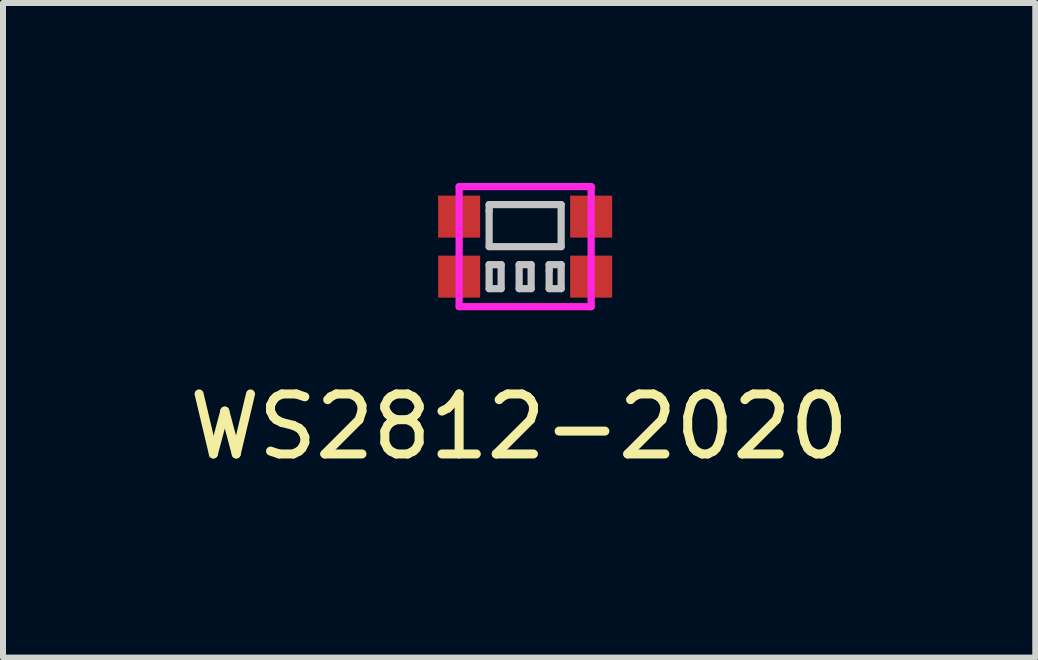
<source format=kicad_pcb>
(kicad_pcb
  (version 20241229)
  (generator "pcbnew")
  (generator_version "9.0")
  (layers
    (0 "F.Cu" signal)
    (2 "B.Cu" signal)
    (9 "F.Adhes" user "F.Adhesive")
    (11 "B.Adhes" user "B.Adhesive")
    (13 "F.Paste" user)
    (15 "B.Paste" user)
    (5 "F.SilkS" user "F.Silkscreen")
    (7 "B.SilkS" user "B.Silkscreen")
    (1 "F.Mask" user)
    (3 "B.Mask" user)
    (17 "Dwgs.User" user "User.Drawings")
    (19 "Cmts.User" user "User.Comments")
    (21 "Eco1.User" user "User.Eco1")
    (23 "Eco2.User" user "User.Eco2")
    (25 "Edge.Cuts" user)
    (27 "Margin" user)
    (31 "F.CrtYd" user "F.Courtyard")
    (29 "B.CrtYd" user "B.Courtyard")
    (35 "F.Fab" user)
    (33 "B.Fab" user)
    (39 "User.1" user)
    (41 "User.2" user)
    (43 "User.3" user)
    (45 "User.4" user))
  (footprint "WS2812-2020"
    (layer "F.Cu")
    (at 5.701 1.06)
    (property "Reference" "WS2812-2020" (at -0.1 3 0) (layer "F.SilkS") (effects (font (size 1 1) (thickness 0.15))))
    (attr through_hole)
    (fp_line (start -0.6 -0.7) (end 0.6 -0.7) (stroke (width 0.12) (type solid)) (layer "Dwgs.User"))
    (fp_line (start -0.6 -0.6) (end -0.6 -0.7) (stroke (width 0.12) (type solid)) (layer "Dwgs.User"))
    (fp_line (start -0.6 0) (end -0.6 -0.6) (stroke (width 0.12) (type solid)) (layer "Dwgs.User"))
    (fp_line (start -0.6 0.3) (end -0.6 0.7) (stroke (width 0.12) (type solid)) (layer "Dwgs.User"))
    (fp_line (start -0.6 0.7) (end -0.4 0.7) (stroke (width 0.12) (type solid)) (layer "Dwgs.User"))
    (fp_line (start -0.4 0.3) (end -0.6 0.3) (stroke (width 0.12) (type solid)) (layer "Dwgs.User"))
    (fp_line (start -0.4 0.7) (end -0.4 0.3) (stroke (width 0.12) (type solid)) (layer "Dwgs.User"))
    (fp_line (start -0.1 0.3) (end 0.1 0.3) (stroke (width 0.12) (type solid)) (layer "Dwgs.User"))
    (fp_line (start -0.1 0.7) (end -0.1 0.3) (stroke (width 0.12) (type solid)) (layer "Dwgs.User"))
    (fp_line (start 0.1 0.3) (end 0.1 0.7) (stroke (width 0.12) (type solid)) (layer "Dwgs.User"))
    (fp_line (start 0.1 0.7) (end -0.1 0.7) (stroke (width 0.12) (type solid)) (layer "Dwgs.User"))
    (fp_line (start 0.4 0.3) (end 0.6 0.3) (stroke (width 0.12) (type solid)) (layer "Dwgs.User"))
    (fp_line (start 0.4 0.4) (end 0.4 0.3) (stroke (width 0.12) (type solid)) (layer "Dwgs.User"))
    (fp_line (start 0.4 0.7) (end 0.4 0.4) (stroke (width 0.12) (type solid)) (layer "Dwgs.User"))
    (fp_line (start 0.6 -0.7) (end 0.6 0) (stroke (width 0.12) (type solid)) (layer "Dwgs.User"))
    (fp_line (start 0.6 0) (end -0.6 0) (stroke (width 0.12) (type solid)) (layer "Dwgs.User"))
    (fp_line (start 0.6 0.3) (end 0.6 0.7) (stroke (width 0.12) (type solid)) (layer "Dwgs.User"))
    (fp_line (start 0.6 0.7) (end 0.4 0.7) (stroke (width 0.12) (type solid)) (layer "Dwgs.User"))
    (fp_line (start -1.1 -1) (end -1.1 1) (stroke (width 0.12) (type solid)) (layer "F.CrtYd"))
    (fp_line (start -1.1 1) (end 1.1 1) (stroke (width 0.12) (type solid)) (layer "F.CrtYd"))
    (fp_line (start 1.1 -1) (end -1.1 -1) (stroke (width 0.12) (type solid)) (layer "F.CrtYd"))
    (fp_line (start 1.1 1) (end 1.1 -1) (stroke (width 0.12) (type solid)) (layer "F.CrtYd"))
    (pad "1" smd rect (at 1.1 0.5) (size 0.7 0.7) (layers "F.Cu" "F.Mask" "F.Paste"))
    (pad "2" smd rect (at 1.1 -0.5) (size 0.7 0.7) (layers "F.Cu" "F.Mask" "F.Paste"))
    (pad "3" smd rect (at -1.1 -0.5) (size 0.7 0.7) (layers "F.Cu" "F.Mask" "F.Paste"))
    (pad "4" smd rect (at -1.1 0.5) (size 0.7 0.7) (layers "F.Cu" "F.Mask" "F.Paste")))
  (gr_rect
    (start -3 -3)
    (end 14.202 7.908)
    (stroke (width 0.1) (type default))
    (fill no)
    (layer "Edge.Cuts")))
</source>
